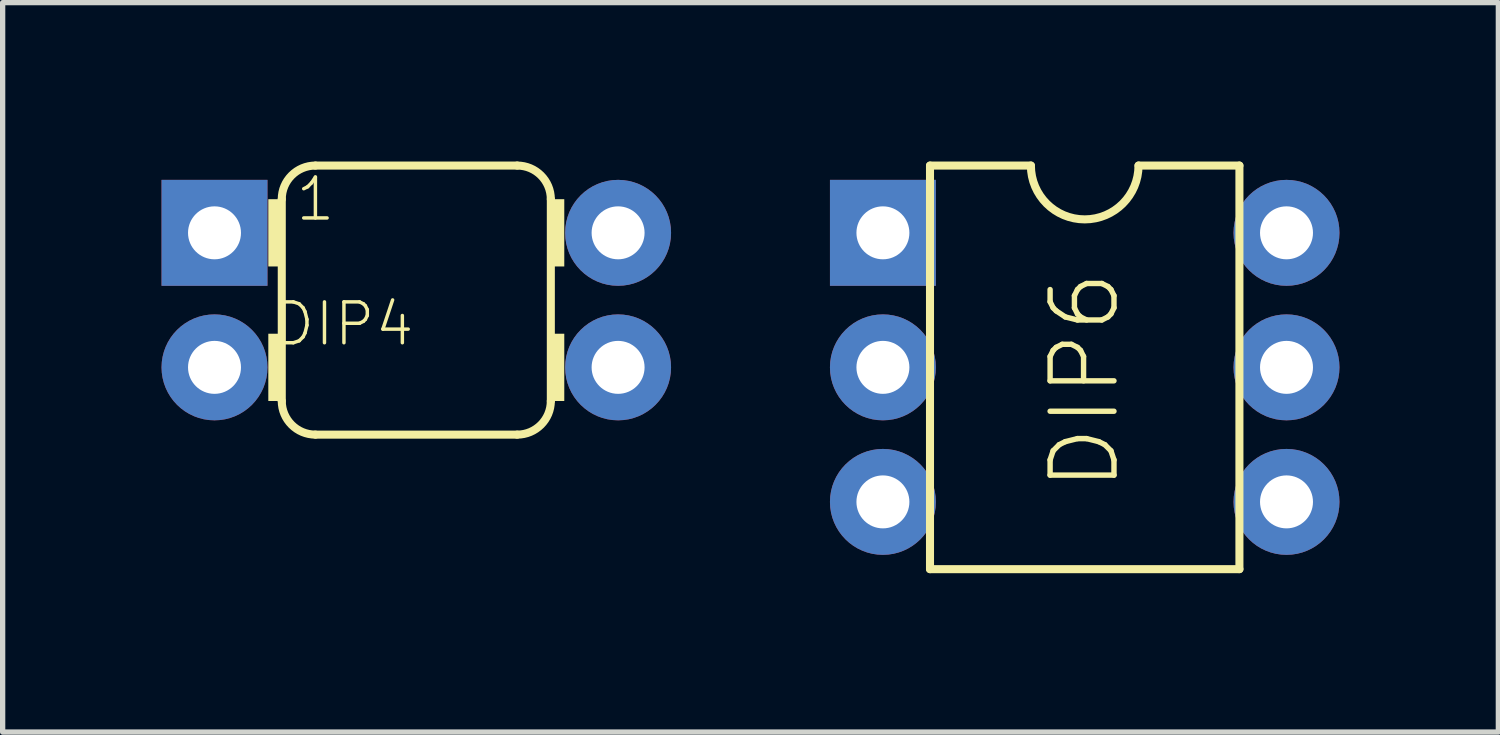
<source format=kicad_pcb>
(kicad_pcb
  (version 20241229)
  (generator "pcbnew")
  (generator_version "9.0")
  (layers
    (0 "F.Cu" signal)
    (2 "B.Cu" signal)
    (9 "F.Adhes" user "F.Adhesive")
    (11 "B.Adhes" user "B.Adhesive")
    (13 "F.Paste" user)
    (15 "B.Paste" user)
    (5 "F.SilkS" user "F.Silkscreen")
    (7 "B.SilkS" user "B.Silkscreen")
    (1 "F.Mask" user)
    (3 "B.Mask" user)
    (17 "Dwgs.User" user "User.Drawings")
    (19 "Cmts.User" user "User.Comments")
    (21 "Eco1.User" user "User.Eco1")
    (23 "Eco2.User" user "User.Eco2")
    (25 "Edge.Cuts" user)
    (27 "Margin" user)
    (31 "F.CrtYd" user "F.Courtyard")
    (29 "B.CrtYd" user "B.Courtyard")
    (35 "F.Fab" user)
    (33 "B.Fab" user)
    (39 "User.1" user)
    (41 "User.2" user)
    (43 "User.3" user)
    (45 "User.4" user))
  (footprint "DIP4"
    (layer "F.Cu")
    (at 4.81 2.616)
    (property "Reference" "DIP4" (at 0 0 0) (layer "F.SilkS") (effects (font (size 0.772 0.772) (thickness 0.065)) (justify right top)))
    (attr through_hole)
    (fp_line (start -2.54 -1.905) (end -2.54 1.905) (stroke (width 0.152) (type solid)) (layer "F.SilkS"))
    (fp_line (start 1.905 -2.54) (end -1.905 -2.54) (stroke (width 0.152) (type solid)) (layer "F.SilkS"))
    (fp_line (start 1.905 2.54) (end -1.905 2.54) (stroke (width 0.152) (type solid)) (layer "F.SilkS"))
    (fp_line (start 2.54 1.905) (end 2.54 -1.905) (stroke (width 0.152) (type solid)) (layer "F.SilkS"))
    (fp_arc (start -2.54 -1.905) (mid -2.354013 -2.354013) (end -1.905 -2.54) (stroke (width 0.1524) (type solid)) (layer "F.SilkS"))
    (fp_arc (start -1.905 2.54) (mid -2.354013 2.354013) (end -2.54 1.905) (stroke (width 0.1524) (type solid)) (layer "F.SilkS"))
    (fp_arc (start 1.905 -2.54) (mid 2.354013 -2.354013) (end 2.54 -1.905) (stroke (width 0.1524) (type solid)) (layer "F.SilkS"))
    (fp_arc (start 2.54 1.905) (mid 2.354013 2.354013) (end 1.905 2.54) (stroke (width 0.1524) (type solid)) (layer "F.SilkS"))
    (fp_poly (pts (xy -2.794 -0.635) (xy -2.54 -0.635) (xy -2.54 -1.905) (xy -2.794 -1.905)) (stroke (width 0) (type solid)) (fill yes) (layer "F.SilkS"))
    (fp_poly (pts (xy -2.794 1.905) (xy -2.54 1.905) (xy -2.54 0.635) (xy -2.794 0.635)) (stroke (width 0) (type solid)) (fill yes) (layer "F.SilkS"))
    (fp_poly (pts (xy 2.54 -0.635) (xy 2.794 -0.635) (xy 2.794 -1.905) (xy 2.54 -1.905)) (stroke (width 0) (type solid)) (fill yes) (layer "F.SilkS"))
    (fp_poly (pts (xy 2.54 1.905) (xy 2.794 1.905) (xy 2.794 0.635) (xy 2.54 0.635)) (stroke (width 0) (type solid)) (fill yes) (layer "F.SilkS"))
    (fp_text user "1" (at -1.905 -1.905 0) (layer "F.SilkS") (effects (font (size 0.772 0.772) (thickness 0.065))))
    (pad "1" thru_hole rect (at -3.81 -1.27) (size 2 2) (drill 1) (layers "*.Cu" "*.Mask"))
    (pad "2" thru_hole oval (at -3.81 1.27) (size 2 2) (drill 1) (layers "*.Cu" "*.Mask"))
    (pad "3" thru_hole oval (at 3.81 1.27) (size 2 2) (drill 1) (layers "*.Cu" "*.Mask"))
    (pad "4" thru_hole oval (at 3.81 -1.27) (size 2 2) (drill 1) (layers "*.Cu" "*.Mask")))
  (footprint "DIP6"
    (layer "F.Cu")
    (at 17.43 3.886)
    (property "Reference" "DIP6" (at 0 0.254 90) (layer "F.SilkS") (effects (font (size 1.206 1.206) (thickness 0.102))))
    (attr through_hole)
    (fp_line (start -2.921 -3.81) (end -2.921 3.81) (stroke (width 0.152) (type solid)) (layer "F.SilkS"))
    (fp_line (start -2.921 -3.81) (end -1.016 -3.81) (stroke (width 0.152) (type solid)) (layer "F.SilkS"))
    (fp_line (start 2.921 -3.81) (end 1.016 -3.81) (stroke (width 0.152) (type solid)) (layer "F.SilkS"))
    (fp_line (start 2.921 3.81) (end -2.921 3.81) (stroke (width 0.152) (type solid)) (layer "F.SilkS"))
    (fp_line (start 2.921 3.81) (end 2.921 -3.81) (stroke (width 0.152) (type solid)) (layer "F.SilkS"))
    (fp_arc (start 1.016 -3.81) (mid 0 -2.794) (end -1.016 -3.81) (stroke (width 0.1524) (type solid)) (layer "F.SilkS"))
    (pad "1" thru_hole rect (at -3.81 -2.54) (size 2 2) (drill 1) (layers "*.Cu" "*.Mask"))
    (pad "2" thru_hole oval (at -3.81 0) (size 2 2) (drill 1) (layers "*.Cu" "*.Mask"))
    (pad "3" thru_hole oval (at -3.81 2.54) (size 2 2) (drill 1) (layers "*.Cu" "*.Mask"))
    (pad "4" thru_hole oval (at 3.81 2.54) (size 2 2) (drill 1) (layers "*.Cu" "*.Mask"))
    (pad "5" thru_hole oval (at 3.81 0) (size 2 2) (drill 1) (layers "*.Cu" "*.Mask"))
    (pad "6" thru_hole oval (at 3.81 -2.54) (size 2 2) (drill 1) (layers "*.Cu" "*.Mask")))
  (gr_rect
    (start -3 -3)
    (end 25.24 10.772)
    (stroke (width 0.1) (type default))
    (fill no)
    (layer "Edge.Cuts")))
</source>
